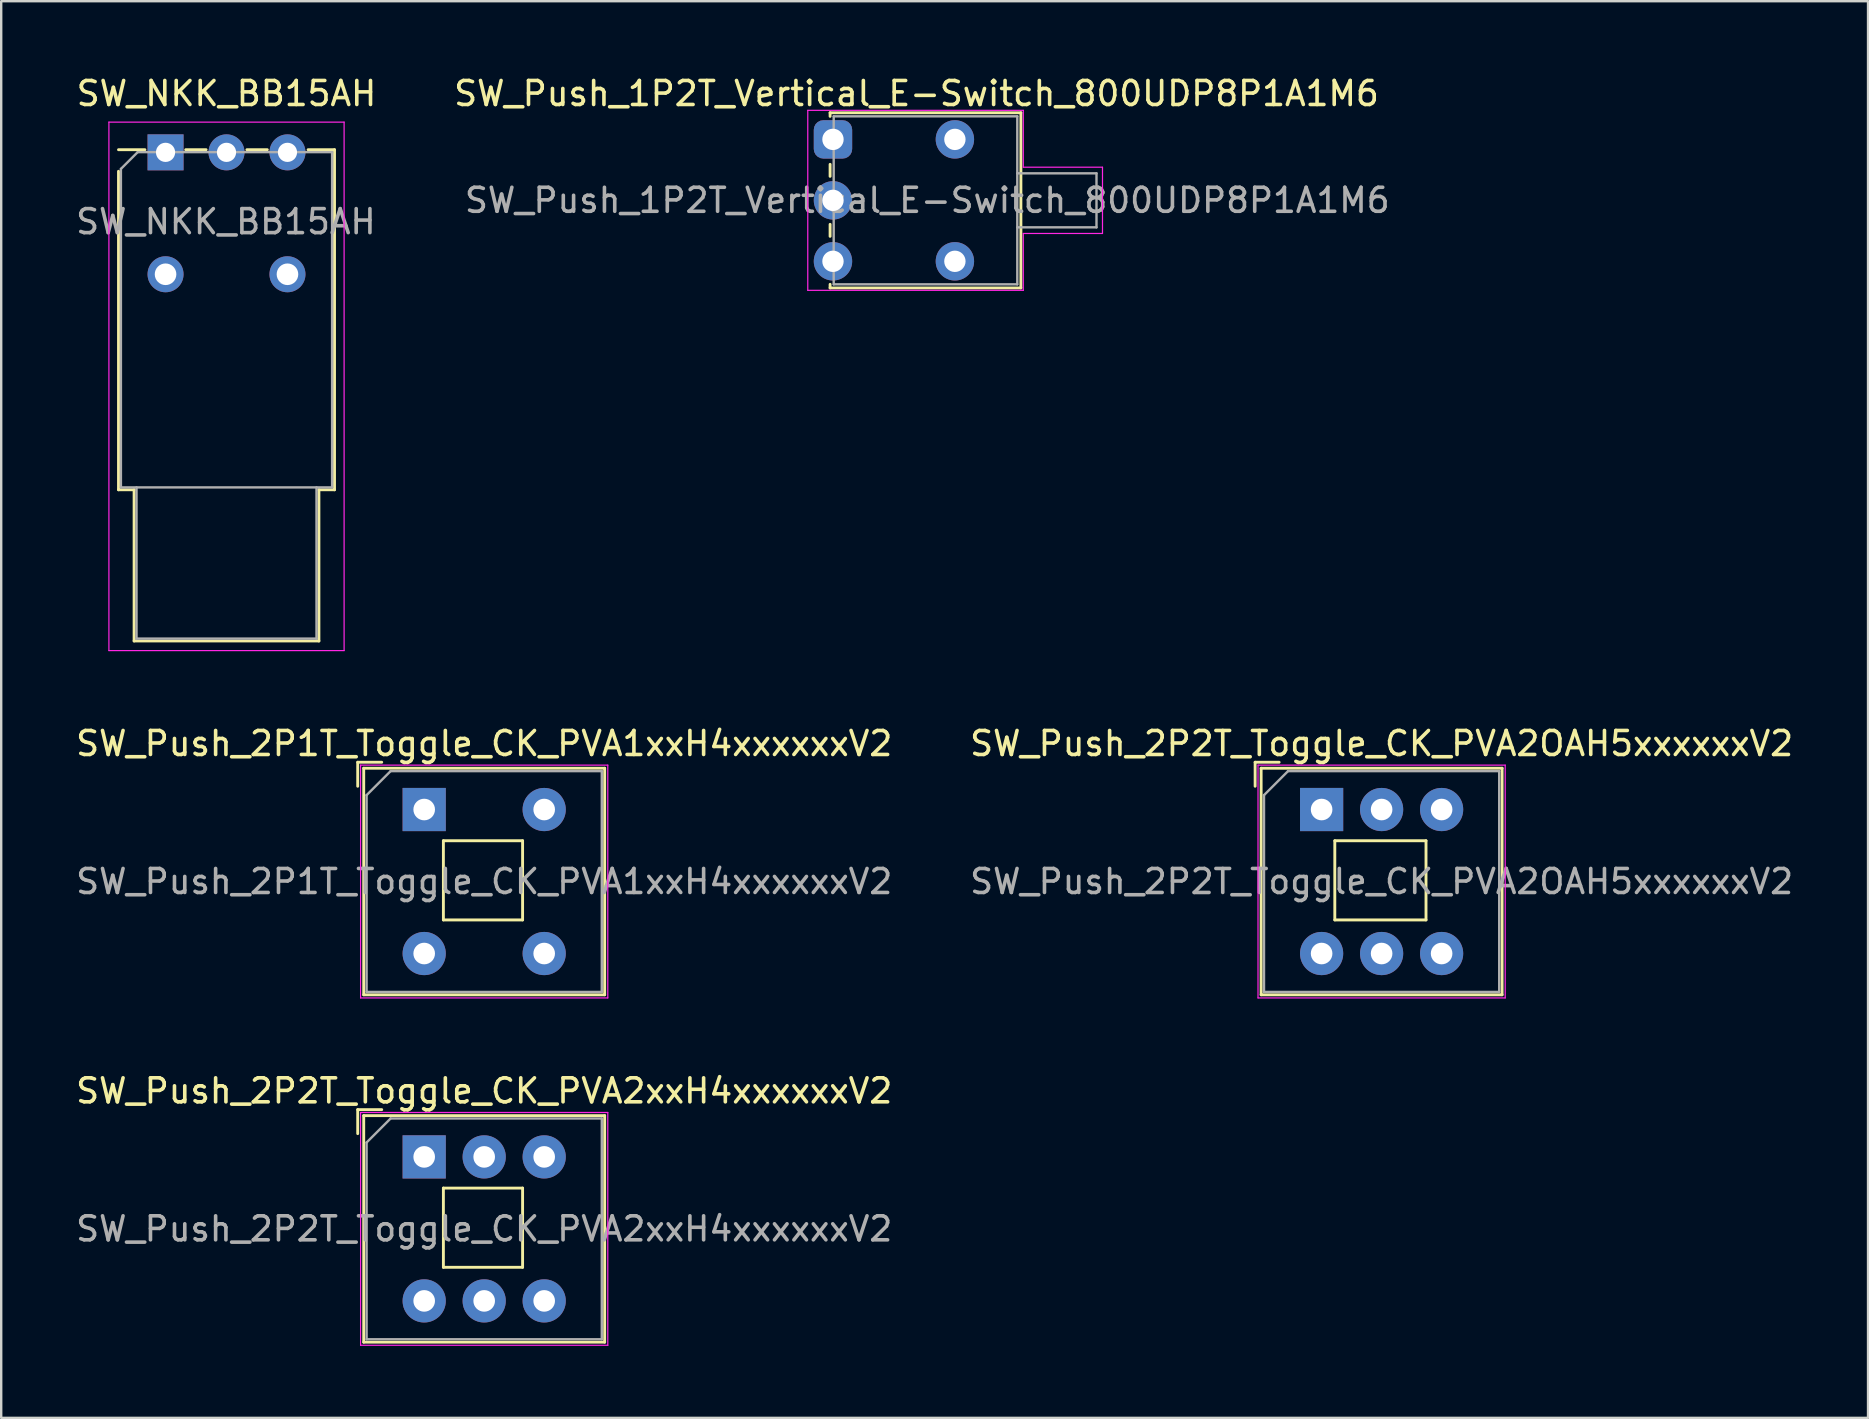
<source format=kicad_pcb>
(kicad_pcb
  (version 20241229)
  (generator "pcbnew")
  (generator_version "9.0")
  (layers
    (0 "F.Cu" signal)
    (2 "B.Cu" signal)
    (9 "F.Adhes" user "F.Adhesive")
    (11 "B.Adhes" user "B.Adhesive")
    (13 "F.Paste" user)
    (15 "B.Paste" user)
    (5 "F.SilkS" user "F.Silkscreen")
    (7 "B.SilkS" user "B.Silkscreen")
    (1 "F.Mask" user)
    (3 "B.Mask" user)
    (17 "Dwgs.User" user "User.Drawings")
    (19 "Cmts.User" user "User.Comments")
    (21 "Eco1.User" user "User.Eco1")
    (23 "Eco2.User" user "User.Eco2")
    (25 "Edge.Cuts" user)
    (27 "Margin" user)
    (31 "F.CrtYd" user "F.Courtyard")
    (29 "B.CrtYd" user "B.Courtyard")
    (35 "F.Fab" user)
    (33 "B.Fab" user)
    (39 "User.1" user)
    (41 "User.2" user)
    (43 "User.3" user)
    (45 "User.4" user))
  (footprint "SW_NKK_BB15AH"
    (layer "F.Cu")
    (at 3.848 3.298)
    (property "Reference" "SW_NKK_BB15AH" (at 2.54 -2.45 0) (layer "F.SilkS") (effects (font (size 1 1) (thickness 0.15))))
    (attr through_hole)
    (fp_line (start -1.96 0.79) (end -1.96 14.06) (stroke (width 0.12) (type solid)) (layer "F.SilkS"))
    (fp_line (start -1.96 14.06) (end -1.31 14.06) (stroke (width 0.12) (type solid)) (layer "F.SilkS"))
    (fp_line (start -1.31 14.06) (end -1.31 20.36) (stroke (width 0.12) (type solid)) (layer "F.SilkS"))
    (fp_line (start -1.31 20.36) (end 6.39 20.36) (stroke (width 0.12) (type solid)) (layer "F.SilkS"))
    (fp_line (start -0.86 -0.11) (end -1.96 -0.11) (stroke (width 0.12) (type solid)) (layer "F.SilkS"))
    (fp_line (start 0.84 -0.11) (end 1.69 -0.11) (stroke (width 0.12) (type solid)) (layer "F.SilkS"))
    (fp_line (start 3.39 -0.11) (end 4.24 -0.11) (stroke (width 0.12) (type solid)) (layer "F.SilkS"))
    (fp_line (start 6.39 14.06) (end 7.04 14.06) (stroke (width 0.12) (type solid)) (layer "F.SilkS"))
    (fp_line (start 6.39 20.36) (end 6.39 14.06) (stroke (width 0.12) (type solid)) (layer "F.SilkS"))
    (fp_line (start 7.04 -0.11) (end 5.94 -0.11) (stroke (width 0.12) (type solid)) (layer "F.SilkS"))
    (fp_line (start 7.04 14.06) (end 7.04 -0.11) (stroke (width 0.12) (type solid)) (layer "F.SilkS"))
    (fp_line (start -2.36 20.76) (end -2.36 -1.26) (stroke (width 0.05) (type solid)) (layer "F.CrtYd"))
    (fp_line (start -2.36 20.76) (end 7.44 20.76) (stroke (width 0.05) (type solid)) (layer "F.CrtYd"))
    (fp_line (start 7.44 -1.26) (end -2.36 -1.26) (stroke (width 0.05) (type solid)) (layer "F.CrtYd"))
    (fp_line (start 7.44 20.76) (end 7.44 -1.26) (stroke (width 0.05) (type solid)) (layer "F.CrtYd"))
    (fp_line (start -1.86 0.69) (end -1.16 -0.01) (stroke (width 0.1) (type solid)) (layer "F.Fab"))
    (fp_line (start -1.86 13.96) (end -1.86 0.69) (stroke (width 0.1) (type solid)) (layer "F.Fab"))
    (fp_line (start -1.21 13.96) (end -1.21 20.26) (stroke (width 0.1) (type solid)) (layer "F.Fab"))
    (fp_line (start 6.29 13.96) (end 6.29 20.26) (stroke (width 0.1) (type solid)) (layer "F.Fab"))
    (fp_line (start 6.29 20.26) (end -1.21 20.26) (stroke (width 0.1) (type solid)) (layer "F.Fab"))
    (fp_line (start 6.94 -0.01) (end -1.16 -0.01) (stroke (width 0.1) (type solid)) (layer "F.Fab"))
    (fp_line (start 6.94 13.96) (end -1.86 13.96) (stroke (width 0.1) (type solid)) (layer "F.Fab"))
    (fp_line (start 6.94 13.96) (end 6.94 -0.01) (stroke (width 0.1) (type solid)) (layer "F.Fab"))
    (fp_text user "${REFERENCE}" (at 2.515 2.89 0) (layer "F.Fab") (effects (font (size 1 1) (thickness 0.15))))
    (pad "" thru_hole circle (at 0 5.08) (size 1.5 1.5) (drill 0.9) (layers "*.Cu" "*.Mask"))
    (pad "" thru_hole circle (at 5.08 5.08) (size 1.5 1.5) (drill 0.9) (layers "*.Cu" "*.Mask"))
    (pad "1" thru_hole rect (at 0 0) (size 1.5 1.5) (drill 0.8) (layers "*.Cu" "*.Mask"))
    (pad "2" thru_hole circle (at 2.54 0) (size 1.5 1.5) (drill 0.8) (layers "*.Cu" "*.Mask"))
    (pad "3" thru_hole circle (at 5.08 0) (size 1.5 1.5) (drill 0.8) (layers "*.Cu" "*.Mask")))
  (footprint "SW_Push_2P2T_Toggle_CK_PVA2xxH4xxxxxxV2"
    (layer "F.Cu")
    (at 14.625 45.155)
    (property "Reference" "SW_Push_2P2T_Toggle_CK_PVA2xxH4xxxxxxV2" (at 2.5 -2.75 0) (layer "F.SilkS") (effects (font (size 1 1) (thickness 0.15))))
    (attr through_hole)
    (fp_line (start -2.77 -0.97) (end -2.77 -1.97) (stroke (width 0.12) (type solid)) (layer "F.SilkS"))
    (fp_line (start -2.52 7.72) (end -2.52 -1.72) (stroke (width 0.12) (type solid)) (layer "F.SilkS"))
    (fp_line (start -1.77 -1.97) (end -2.77 -1.97) (stroke (width 0.12) (type solid)) (layer "F.SilkS"))
    (fp_line (start 0.8 1.3) (end 0.8 4.6) (stroke (width 0.12) (type solid)) (layer "F.SilkS"))
    (fp_line (start 4.1 1.3) (end 0.8 1.3) (stroke (width 0.12) (type solid)) (layer "F.SilkS"))
    (fp_line (start 4.1 1.3) (end 4.1 4.6) (stroke (width 0.12) (type solid)) (layer "F.SilkS"))
    (fp_line (start 4.1 4.6) (end 0.8 4.6) (stroke (width 0.12) (type solid)) (layer "F.SilkS"))
    (fp_line (start 7.52 -1.72) (end -2.52 -1.72) (stroke (width 0.12) (type solid)) (layer "F.SilkS"))
    (fp_line (start 7.52 7.72) (end -2.52 7.72) (stroke (width 0.12) (type solid)) (layer "F.SilkS"))
    (fp_line (start 7.52 7.72) (end 7.52 -1.72) (stroke (width 0.12) (type solid)) (layer "F.SilkS"))
    (fp_line (start -2.65 -1.85) (end 7.65 -1.85) (stroke (width 0.05) (type solid)) (layer "F.CrtYd"))
    (fp_line (start -2.65 7.85) (end -2.65 -1.85) (stroke (width 0.05) (type solid)) (layer "F.CrtYd"))
    (fp_line (start -2.65 7.85) (end 7.65 7.85) (stroke (width 0.05) (type solid)) (layer "F.CrtYd"))
    (fp_line (start 7.65 -1.85) (end 7.65 7.85) (stroke (width 0.05) (type solid)) (layer "F.CrtYd"))
    (fp_line (start -2.4 -0.6) (end -1.4 -1.6) (stroke (width 0.1) (type solid)) (layer "F.Fab"))
    (fp_line (start -2.4 7.6) (end -2.4 -0.6) (stroke (width 0.1) (type solid)) (layer "F.Fab"))
    (fp_line (start -1.4 -1.6) (end 7.4 -1.6) (stroke (width 0.1) (type solid)) (layer "F.Fab"))
    (fp_line (start 7.4 -1.6) (end 7.4 7.6) (stroke (width 0.1) (type solid)) (layer "F.Fab"))
    (fp_line (start 7.4 7.6) (end -2.4 7.6) (stroke (width 0.1) (type solid)) (layer "F.Fab"))
    (fp_text user "${REFERENCE}" (at 2.5 3 0) (layer "F.Fab") (effects (font (size 1 1) (thickness 0.15))))
    (pad "1" thru_hole rect (at 0 0) (size 1.8 1.8) (drill 0.9) (layers "*.Cu" "*.Mask"))
    (pad "2" thru_hole circle (at 2.5 0) (size 1.8 1.8) (drill 0.9) (layers "*.Cu" "*.Mask"))
    (pad "3" thru_hole circle (at 5 0) (size 1.8 1.8) (drill 0.9) (layers "*.Cu" "*.Mask"))
    (pad "4" thru_hole circle (at 0 6) (size 1.8 1.8) (drill 0.9) (layers "*.Cu" "*.Mask"))
    (pad "5" thru_hole circle (at 2.5 6) (size 1.8 1.8) (drill 0.9) (layers "*.Cu" "*.Mask"))
    (pad "6" thru_hole circle (at 5 6) (size 1.8 1.8) (drill 0.9) (layers "*.Cu" "*.Mask")))
  (footprint "SW_Push_2P2T_Toggle_CK_PVA2OAH5xxxxxxV2"
    (layer "F.Cu")
    (at 52.018 30.681)
    (property "Reference" "SW_Push_2P2T_Toggle_CK_PVA2OAH5xxxxxxV2" (at 2.5 -2.75 0) (layer "F.SilkS") (effects (font (size 1 1) (thickness 0.15))))
    (attr through_hole)
    (fp_line (start -2.77 -0.97) (end -2.77 -1.97) (stroke (width 0.12) (type solid)) (layer "F.SilkS"))
    (fp_line (start -2.52 7.72) (end -2.52 -1.72) (stroke (width 0.12) (type solid)) (layer "F.SilkS"))
    (fp_line (start -1.77 -1.97) (end -2.77 -1.97) (stroke (width 0.12) (type solid)) (layer "F.SilkS"))
    (fp_line (start 0.55 1.3) (end 0.55 4.6) (stroke (width 0.12) (type solid)) (layer "F.SilkS"))
    (fp_line (start 4.35 1.3) (end 0.55 1.3) (stroke (width 0.12) (type solid)) (layer "F.SilkS"))
    (fp_line (start 4.35 1.3) (end 4.35 4.6) (stroke (width 0.12) (type solid)) (layer "F.SilkS"))
    (fp_line (start 4.35 4.6) (end 0.55 4.6) (stroke (width 0.12) (type solid)) (layer "F.SilkS"))
    (fp_line (start 7.52 -1.72) (end -2.52 -1.72) (stroke (width 0.12) (type solid)) (layer "F.SilkS"))
    (fp_line (start 7.52 7.72) (end -2.52 7.72) (stroke (width 0.12) (type solid)) (layer "F.SilkS"))
    (fp_line (start 7.52 7.72) (end 7.52 -1.72) (stroke (width 0.12) (type solid)) (layer "F.SilkS"))
    (fp_line (start -2.65 -1.85) (end 7.65 -1.85) (stroke (width 0.05) (type solid)) (layer "F.CrtYd"))
    (fp_line (start -2.65 7.85) (end -2.65 -1.85) (stroke (width 0.05) (type solid)) (layer "F.CrtYd"))
    (fp_line (start -2.65 7.85) (end 7.65 7.85) (stroke (width 0.05) (type solid)) (layer "F.CrtYd"))
    (fp_line (start 7.65 -1.85) (end 7.65 7.85) (stroke (width 0.05) (type solid)) (layer "F.CrtYd"))
    (fp_line (start -2.4 -0.6) (end -1.4 -1.6) (stroke (width 0.1) (type solid)) (layer "F.Fab"))
    (fp_line (start -2.4 7.6) (end -2.4 -0.6) (stroke (width 0.1) (type solid)) (layer "F.Fab"))
    (fp_line (start -1.4 -1.6) (end 7.4 -1.6) (stroke (width 0.1) (type solid)) (layer "F.Fab"))
    (fp_line (start 7.4 -1.6) (end 7.4 7.6) (stroke (width 0.1) (type solid)) (layer "F.Fab"))
    (fp_line (start 7.4 7.6) (end -2.4 7.6) (stroke (width 0.1) (type solid)) (layer "F.Fab"))
    (fp_text user "${REFERENCE}" (at 2.5 3 0) (layer "F.Fab") (effects (font (size 1 1) (thickness 0.15))))
    (pad "1" thru_hole rect (at 0 0) (size 1.8 1.8) (drill 0.9) (layers "*.Cu" "*.Mask"))
    (pad "2" thru_hole circle (at 2.5 0) (size 1.8 1.8) (drill 0.9) (layers "*.Cu" "*.Mask"))
    (pad "3" thru_hole circle (at 5 0) (size 1.8 1.8) (drill 0.9) (layers "*.Cu" "*.Mask"))
    (pad "4" thru_hole circle (at 0 6) (size 1.8 1.8) (drill 0.9) (layers "*.Cu" "*.Mask"))
    (pad "5" thru_hole circle (at 2.5 6) (size 1.8 1.8) (drill 0.9) (layers "*.Cu" "*.Mask"))
    (pad "6" thru_hole circle (at 5 6) (size 1.8 1.8) (drill 0.9) (layers "*.Cu" "*.Mask")))
  (footprint "SW_Push_2P1T_Toggle_CK_PVA1xxH4xxxxxxV2"
    (layer "F.Cu")
    (at 14.625 30.681)
    (property "Reference" "SW_Push_2P1T_Toggle_CK_PVA1xxH4xxxxxxV2" (at 2.5 -2.75 0) (layer "F.SilkS") (effects (font (size 1 1) (thickness 0.15))))
    (attr through_hole)
    (fp_line (start -2.77 -0.97) (end -2.77 -1.97) (stroke (width 0.12) (type solid)) (layer "F.SilkS"))
    (fp_line (start -2.52 7.72) (end -2.52 -1.72) (stroke (width 0.12) (type solid)) (layer "F.SilkS"))
    (fp_line (start -1.77 -1.97) (end -2.77 -1.97) (stroke (width 0.12) (type solid)) (layer "F.SilkS"))
    (fp_line (start 0.8 1.3) (end 0.8 4.6) (stroke (width 0.12) (type solid)) (layer "F.SilkS"))
    (fp_line (start 4.1 1.3) (end 0.8 1.3) (stroke (width 0.12) (type solid)) (layer "F.SilkS"))
    (fp_line (start 4.1 1.3) (end 4.1 4.6) (stroke (width 0.12) (type solid)) (layer "F.SilkS"))
    (fp_line (start 4.1 4.6) (end 0.8 4.6) (stroke (width 0.12) (type solid)) (layer "F.SilkS"))
    (fp_line (start 7.52 -1.72) (end -2.52 -1.72) (stroke (width 0.12) (type solid)) (layer "F.SilkS"))
    (fp_line (start 7.52 7.72) (end -2.52 7.72) (stroke (width 0.12) (type solid)) (layer "F.SilkS"))
    (fp_line (start 7.52 7.72) (end 7.52 -1.72) (stroke (width 0.12) (type solid)) (layer "F.SilkS"))
    (fp_line (start -2.65 -1.85) (end 7.65 -1.85) (stroke (width 0.05) (type solid)) (layer "F.CrtYd"))
    (fp_line (start -2.65 7.85) (end -2.65 -1.85) (stroke (width 0.05) (type solid)) (layer "F.CrtYd"))
    (fp_line (start -2.65 7.85) (end 7.65 7.85) (stroke (width 0.05) (type solid)) (layer "F.CrtYd"))
    (fp_line (start 7.65 -1.85) (end 7.65 7.85) (stroke (width 0.05) (type solid)) (layer "F.CrtYd"))
    (fp_line (start -2.4 -0.6) (end -1.4 -1.6) (stroke (width 0.1) (type solid)) (layer "F.Fab"))
    (fp_line (start -2.4 7.6) (end -2.4 -0.6) (stroke (width 0.1) (type solid)) (layer "F.Fab"))
    (fp_line (start -1.4 -1.6) (end 7.4 -1.6) (stroke (width 0.1) (type solid)) (layer "F.Fab"))
    (fp_line (start 7.4 -1.6) (end 7.4 7.6) (stroke (width 0.1) (type solid)) (layer "F.Fab"))
    (fp_line (start 7.4 7.6) (end -2.4 7.6) (stroke (width 0.1) (type solid)) (layer "F.Fab"))
    (fp_text user "${REFERENCE}" (at 2.5 3 0) (layer "F.Fab") (effects (font (size 1 1) (thickness 0.15))))
    (pad "1" thru_hole rect (at 0 0) (size 1.8 1.8) (drill 0.9) (layers "*.Cu" "*.Mask"))
    (pad "2" thru_hole circle (at 5 0) (size 1.8 1.8) (drill 0.9) (layers "*.Cu" "*.Mask"))
    (pad "3" thru_hole circle (at 0 6) (size 1.8 1.8) (drill 0.9) (layers "*.Cu" "*.Mask"))
    (pad "4" thru_hole circle (at 5 6) (size 1.8 1.8) (drill 0.9) (layers "*.Cu" "*.Mask")))
  (footprint "SW_Push_1P2T_Vertical_E-Switch_800UDP8P1A1M6"
    (layer "F.Cu")
    (at 31.658 2.758)
    (property "Reference" "SW_Push_1P2T_Vertical_E-Switch_800UDP8P1A1M6" (at 3.48 -1.91 180) (layer "F.SilkS") (effects (font (size 1 1) (thickness 0.15))))
    (attr through_hole)
    (fp_line (start -0.12 -1.11) (end -0.12 -0.96) (stroke (width 0.12) (type solid)) (layer "F.SilkS"))
    (fp_line (start -0.12 1.54) (end -0.12 1.04) (stroke (width 0.12) (type solid)) (layer "F.SilkS"))
    (fp_line (start -0.12 4.04) (end -0.12 3.54) (stroke (width 0.12) (type solid)) (layer "F.SilkS"))
    (fp_line (start -0.12 6.19) (end -0.12 6.04) (stroke (width 0.12) (type solid)) (layer "F.SilkS"))
    (fp_line (start -0.12 6.19) (end 7.83 6.19) (stroke (width 0.12) (type solid)) (layer "F.SilkS"))
    (fp_line (start 7.83 -1.11) (end -0.12 -1.11) (stroke (width 0.12) (type solid)) (layer "F.SilkS"))
    (fp_line (start 7.83 6.19) (end 7.83 -1.11) (stroke (width 0.12) (type solid)) (layer "F.SilkS"))
    (fp_line (start -1.05 -1.21) (end 7.93 -1.21) (stroke (width 0.05) (type solid)) (layer "F.CrtYd"))
    (fp_line (start -1.05 6.29) (end -1.05 -1.21) (stroke (width 0.05) (type solid)) (layer "F.CrtYd"))
    (fp_line (start 7.93 -1.21) (end 7.93 1.16) (stroke (width 0.05) (type solid)) (layer "F.CrtYd"))
    (fp_line (start 7.93 1.16) (end 11.23 1.16) (stroke (width 0.05) (type solid)) (layer "F.CrtYd"))
    (fp_line (start 7.93 3.92) (end 7.93 6.29) (stroke (width 0.05) (type solid)) (layer "F.CrtYd"))
    (fp_line (start 7.93 6.29) (end -1.05 6.29) (stroke (width 0.05) (type solid)) (layer "F.CrtYd"))
    (fp_line (start 11.23 1.16) (end 11.23 3.92) (stroke (width 0.05) (type solid)) (layer "F.CrtYd"))
    (fp_line (start 11.23 3.92) (end 7.93 3.92) (stroke (width 0.05) (type solid)) (layer "F.CrtYd"))
    (fp_line (start 0.03 -0.96) (end 7.68 -0.96) (stroke (width 0.1) (type solid)) (layer "F.Fab"))
    (fp_line (start 0.03 6.04) (end 0.03 -0.96) (stroke (width 0.1) (type solid)) (layer "F.Fab"))
    (fp_line (start 7.68 -0.96) (end 7.68 6.04) (stroke (width 0.1) (type solid)) (layer "F.Fab"))
    (fp_line (start 7.68 6.04) (end 0.03 6.04) (stroke (width 0.1) (type solid)) (layer "F.Fab"))
    (fp_line (start 10.98 1.415) (end 7.68 1.415) (stroke (width 0.1) (type solid)) (layer "F.Fab"))
    (fp_line (start 10.98 3.665) (end 7.68 3.665) (stroke (width 0.1) (type solid)) (layer "F.Fab"))
    (fp_line (start 10.98 3.665) (end 10.98 1.415) (stroke (width 0.1) (type solid)) (layer "F.Fab"))
    (fp_text user "${REFERENCE}" (at 3.93 2.54 180) (layer "F.Fab") (effects (font (size 1 1) (thickness 0.15))))
    (pad "" thru_hole circle (at 5.08 0 180) (size 1.6 1.6) (drill 0.89) (layers "*.Cu" "*.Mask"))
    (pad "" thru_hole circle (at 5.08 5.08 180) (size 1.6 1.6) (drill 0.89) (layers "*.Cu" "*.Mask"))
    (pad "1" thru_hole roundrect (at 0 0 180) (size 1.6 1.6) (drill 0.89) (layers "*.Cu" "*.Mask") (roundrect_rratio 0.25))
    (pad "2" thru_hole circle (at 0 2.54 180) (size 1.6 1.6) (drill 0.89) (layers "*.Cu" "*.Mask"))
    (pad "3" thru_hole circle (at 0 5.08 180) (size 1.6 1.6) (drill 0.89) (layers "*.Cu" "*.Mask")))
  (gr_rect
    (start -3 -3)
    (end 74.786 56.03)
    (stroke (width 0.1) (type default))
    (fill no)
    (layer "Edge.Cuts")))
</source>
